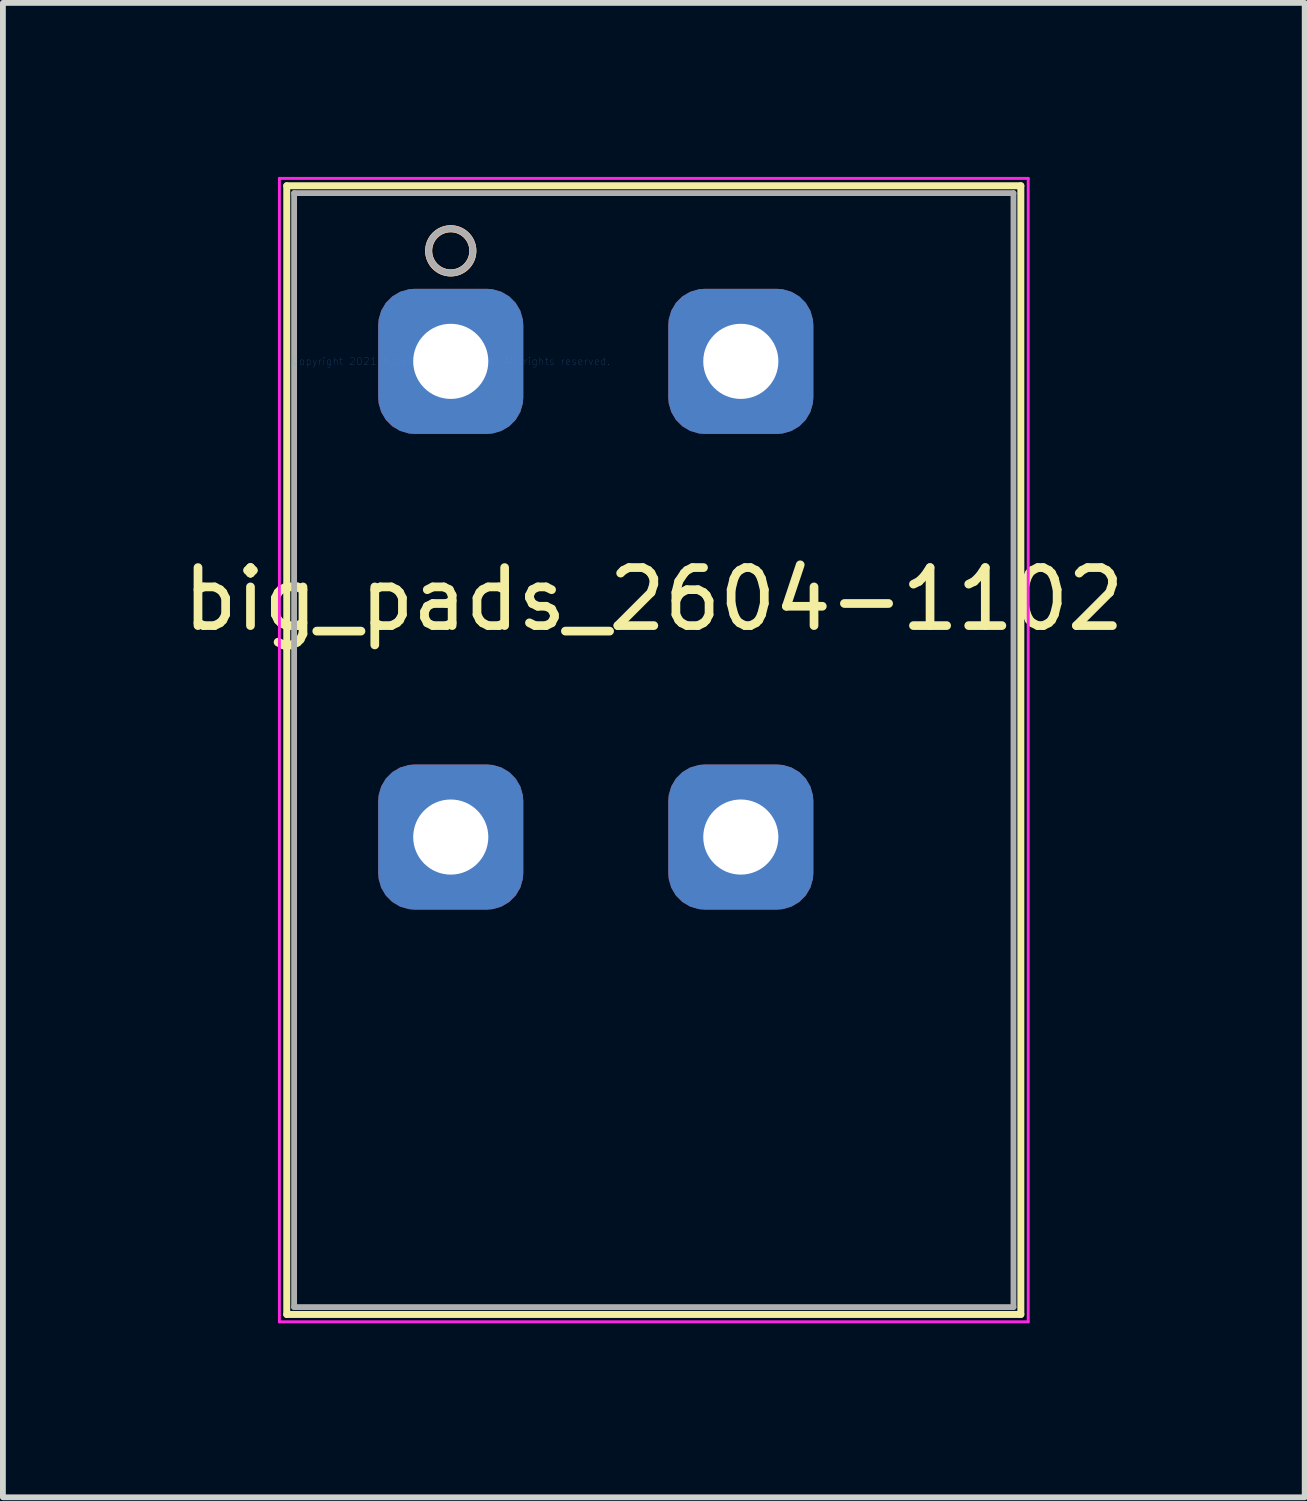
<source format=kicad_pcb>
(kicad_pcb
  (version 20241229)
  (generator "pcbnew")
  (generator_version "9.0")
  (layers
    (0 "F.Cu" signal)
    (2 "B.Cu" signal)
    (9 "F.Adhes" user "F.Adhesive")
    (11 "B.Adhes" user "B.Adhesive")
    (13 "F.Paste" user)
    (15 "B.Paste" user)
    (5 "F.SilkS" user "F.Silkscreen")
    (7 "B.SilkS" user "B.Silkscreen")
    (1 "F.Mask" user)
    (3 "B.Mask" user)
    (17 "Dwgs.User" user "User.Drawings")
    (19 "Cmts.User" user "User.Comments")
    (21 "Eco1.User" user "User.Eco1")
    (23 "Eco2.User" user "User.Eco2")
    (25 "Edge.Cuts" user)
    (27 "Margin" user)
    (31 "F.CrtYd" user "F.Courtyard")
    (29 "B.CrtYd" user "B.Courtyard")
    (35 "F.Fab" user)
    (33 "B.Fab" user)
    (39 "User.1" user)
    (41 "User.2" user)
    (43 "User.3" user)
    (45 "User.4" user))
  (footprint "big_pads_2604-1102"
    (layer "F.Cu")
    (at 4.72 3.179)
    (property "Reference" "big_pads_2604-1102" (at 3.5 4.1 0) (layer "F.SilkS") (effects (font (size 1 1) (thickness 0.15))))
    (attr through_hole)
    (fp_line (start -2.827 -3.027) (end -2.827 16.429) (stroke (width 0.12) (type solid)) (layer "F.SilkS"))
    (fp_line (start -2.827 16.429) (end 9.827 16.429) (stroke (width 0.12) (type solid)) (layer "F.SilkS"))
    (fp_line (start 9.827 -3.027) (end -2.827 -3.027) (stroke (width 0.12) (type solid)) (layer "F.SilkS"))
    (fp_line (start 9.827 16.429) (end 9.827 -3.027) (stroke (width 0.12) (type solid)) (layer "F.SilkS"))
    (fp_circle (center 0 -1.905) (end 0.381 -1.905) (stroke (width 0.12) (type solid)) (fill no) (layer "F.SilkS"))
    (fp_circle (center 0 -1.905) (end 0.381 -1.905) (stroke (width 0.12) (type solid)) (fill no) (layer "B.SilkS"))
    (fp_line (start -2.954 -3.154) (end -2.954 16.556) (stroke (width 0.05) (type solid)) (layer "F.CrtYd"))
    (fp_line (start -2.954 16.556) (end 9.954 16.556) (stroke (width 0.05) (type solid)) (layer "F.CrtYd"))
    (fp_line (start 9.954 -3.154) (end -2.954 -3.154) (stroke (width 0.05) (type solid)) (layer "F.CrtYd"))
    (fp_line (start 9.954 16.556) (end 9.954 -3.154) (stroke (width 0.05) (type solid)) (layer "F.CrtYd"))
    (fp_line (start -2.7 -2.9) (end -2.7 16.302) (stroke (width 0.1) (type solid)) (layer "F.Fab"))
    (fp_line (start -2.7 16.302) (end 9.7 16.302) (stroke (width 0.1) (type solid)) (layer "F.Fab"))
    (fp_line (start 9.7 -2.9) (end -2.7 -2.9) (stroke (width 0.1) (type solid)) (layer "F.Fab"))
    (fp_line (start 9.7 16.302) (end 9.7 -2.9) (stroke (width 0.1) (type solid)) (layer "F.Fab"))
    (fp_circle (center 0 -1.905) (end 0.381 -1.905) (stroke (width 0.1) (type solid)) (fill no) (layer "F.Fab"))
    (fp_text user "*" (at 0 0 0) (layer "F.SilkS") (effects (font (size 1 1) (thickness 0.15))))
    (fp_text user "Copyright 2021 Accelerated Designs. All rights reserved." (at 0 0 0) (layer "Cmts.User") (effects (font (size 0.127 0.127) (thickness 0.002))))
    (fp_text user "*" (at 0 0 0) (layer "F.Fab") (effects (font (size 1 1) (thickness 0.15))))
    (pad "1" thru_hole roundrect (at 0 0) (size 2.5 2.5) (drill 1.295) (layers "*.Cu" "*.Mask") (roundrect_rratio 0.25))
    (pad "2" thru_hole roundrect (at 0 8.2) (size 2.5 2.5) (drill 1.295) (layers "*.Cu" "*.Mask") (roundrect_rratio 0.25))
    (pad "3" thru_hole roundrect (at 5 0) (size 2.5 2.5) (drill 1.295) (layers "*.Cu" "*.Mask") (roundrect_rratio 0.25))
    (pad "4" thru_hole roundrect (at 5 8.2) (size 2.5 2.5) (drill 1.295) (layers "*.Cu" "*.Mask") (roundrect_rratio 0.25)))
  (gr_rect
    (start -3 -3)
    (end 19.44 22.76)
    (stroke (width 0.1) (type default))
    (fill no)
    (layer "Edge.Cuts")))
</source>
